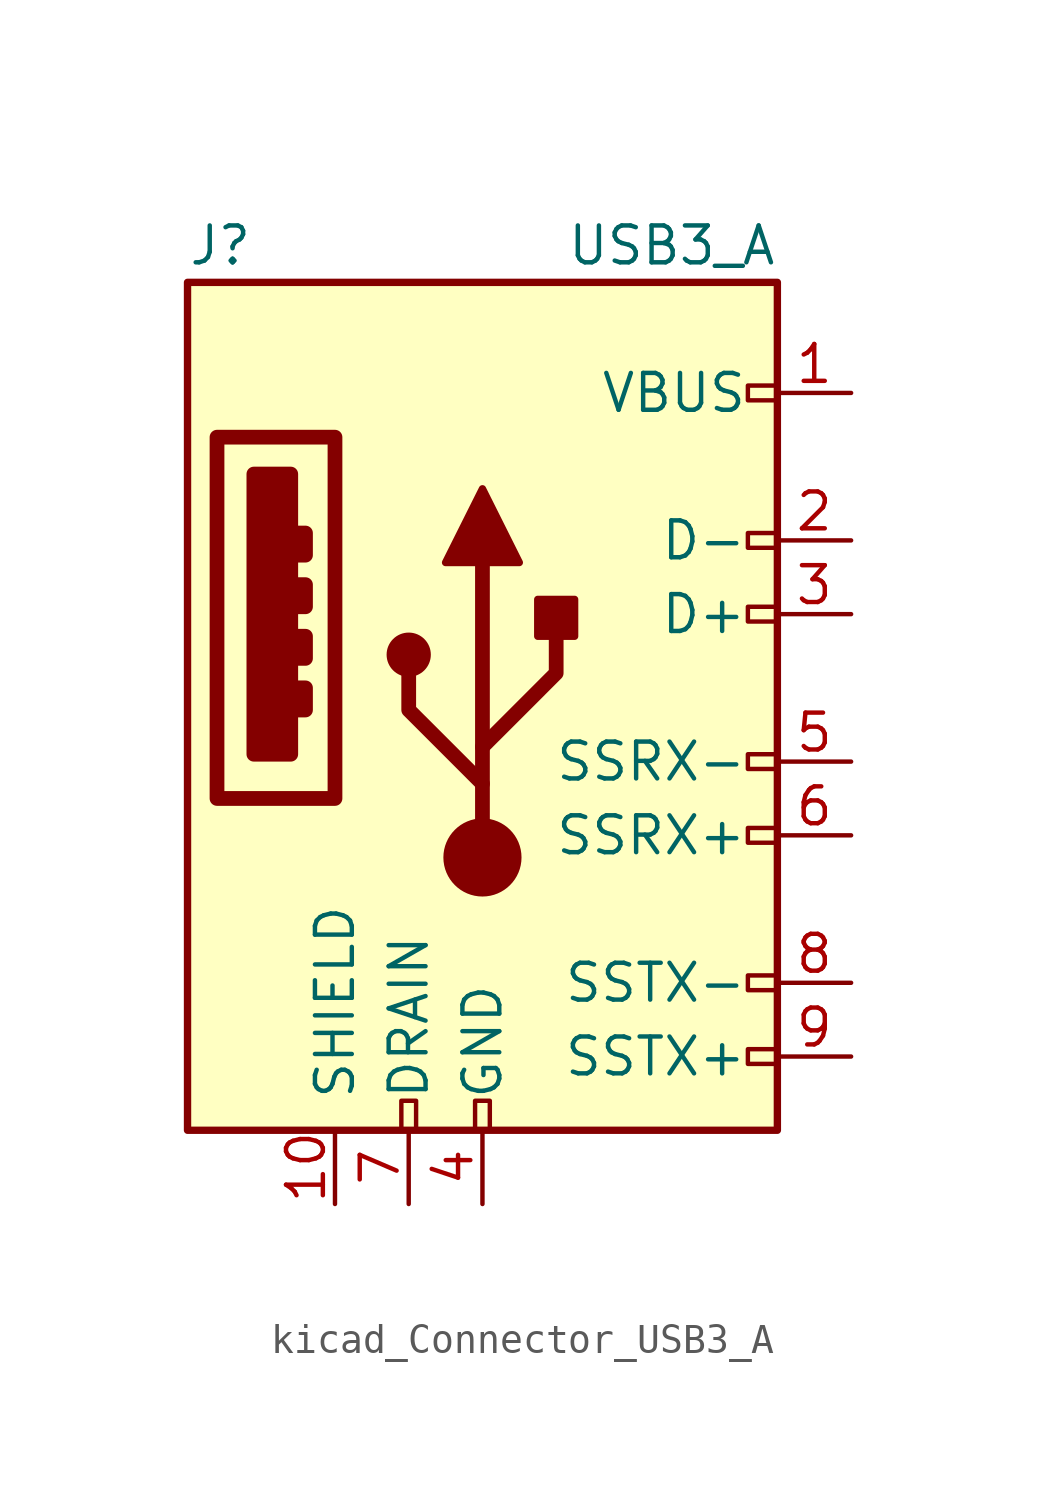
<source format=kicad_sym>
(kicad_symbol_lib
  (version 20220914)
  (generator kicad_symbol_editor)
  (symbol "kicad_Connector_USB3_A"
    (pin_names
      (offset 1.016))
    (property "Reference" "J"
      (at -10.16 15.24 0)
      (effects (font (size 1.27 1.27)) (justify left)))
    (property "Value" "USB3_A"
      (at 10.16 15.24 0)
      (effects (font (size 1.27 1.27)) (justify right)))
    (symbol "kicad_Connector_USB3_A_0_0"
      (rectangle (start -9.144 8.636) (end -5.08 -3.81) (stroke (width 0.508) (type default)) (fill (type none)))
      (rectangle (start -7.874 7.366) (end -6.604 -2.286) (stroke (width 0.508) (type default)) (fill (type outline)))
      (rectangle (start -6.35 0) (end -6.096 -0.762) (stroke (width 0.508) (type default)) (fill (type none)))
      (rectangle (start -6.35 1.778) (end -6.096 1.016) (stroke (width 0.508) (type default)) (fill (type none)))
      (rectangle (start -6.35 3.556) (end -6.096 2.794) (stroke (width 0.508) (type default)) (fill (type none)))
      (rectangle (start -6.35 5.334) (end -6.096 4.572) (stroke (width 0.508) (type default)) (fill (type none)))
      (rectangle (start -2.794 -15.24) (end -2.286 -14.224) (stroke (width 0) (type default)) (fill (type none)))
      (rectangle (start -0.254 -15.24) (end 0.254 -14.224) (stroke (width 0) (type default)) (fill (type none)))
      (rectangle (start 10.16 -12.446) (end 9.144 -12.954) (stroke (width 0) (type default)) (fill (type none)))
      (rectangle (start 10.16 -9.906) (end 9.144 -10.414) (stroke (width 0) (type default)) (fill (type none)))
      (rectangle (start 10.16 -4.826) (end 9.144 -5.334) (stroke (width 0) (type default)) (fill (type none)))
      (rectangle (start 10.16 -2.286) (end 9.144 -2.794) (stroke (width 0) (type default)) (fill (type none)))
      (rectangle (start 10.16 2.794) (end 9.144 2.286) (stroke (width 0) (type default)) (fill (type none)))
      (rectangle (start 10.16 5.334) (end 9.144 4.826) (stroke (width 0) (type default)) (fill (type none)))
      (rectangle (start 10.16 10.414) (end 9.144 9.906) (stroke (width 0) (type default)) (fill (type none))))
    (symbol "kicad_Connector_USB3_A_0_1"
      (rectangle (start -10.16 13.97) (end 10.16 -15.24) (stroke (width 0.254) (type default)) (fill (type background))))
    (symbol "kicad_Connector_USB3_A_1_1"
      (circle (center -2.54 1.143) (radius 0.635) (stroke (width 0.254) (type default)) (fill (type outline)))
      (circle (center 0 -5.842) (radius 1.27) (stroke (width 0) (type default)) (fill (type outline)))
      (polyline (pts (xy 0 -5.842) (xy 0 4.318)) (stroke (width 0.508) (type default)) (fill (type none)))
      (polyline (pts (xy 0 -3.302) (xy -2.54 -0.762) (xy -2.54 0.508)) (stroke (width 0.508) (type default)) (fill (type none)))
      (polyline (pts (xy 0 -2.032) (xy 2.54 0.508) (xy 2.54 1.778)) (stroke (width 0.508) (type default)) (fill (type none)))
      (polyline (pts (xy -1.27 4.318) (xy 0 6.858) (xy 1.27 4.318) (xy -1.27 4.318)) (stroke (width 0.254) (type default)) (fill (type outline)))
      (rectangle (start 1.905 1.778) (end 3.175 3.048) (stroke (width 0.254) (type default)) (fill (type outline)))
      (pin power_in line (at 12.7 10.16 180) (length 2.54) (name "VBUS" (effects (font (size 1.27 1.27)))) (number "1" (effects (font (size 1.27 1.27)))))
      (pin passive line (at -5.08 -17.78 90) (length 2.54) (name "SHIELD" (effects (font (size 1.27 1.27)))) (number "10" (effects (font (size 1.27 1.27)))))
      (pin bidirectional line (at 12.7 5.08 180) (length 2.54) (name "D-" (effects (font (size 1.27 1.27)))) (number "2" (effects (font (size 1.27 1.27)))))
      (pin bidirectional line (at 12.7 2.54 180) (length 2.54) (name "D+" (effects (font (size 1.27 1.27)))) (number "3" (effects (font (size 1.27 1.27)))))
      (pin power_in line (at 0 -17.78 90) (length 2.54) (name "GND" (effects (font (size 1.27 1.27)))) (number "4" (effects (font (size 1.27 1.27)))))
      (pin output line (at 12.7 -2.54 180) (length 2.54) (name "SSRX-" (effects (font (size 1.27 1.27)))) (number "5" (effects (font (size 1.27 1.27)))))
      (pin output line (at 12.7 -5.08 180) (length 2.54) (name "SSRX+" (effects (font (size 1.27 1.27)))) (number "6" (effects (font (size 1.27 1.27)))))
      (pin passive line (at -2.54 -17.78 90) (length 2.54) (name "DRAIN" (effects (font (size 1.27 1.27)))) (number "7" (effects (font (size 1.27 1.27)))))
      (pin input line (at 12.7 -10.16 180) (length 2.54) (name "SSTX-" (effects (font (size 1.27 1.27)))) (number "8" (effects (font (size 1.27 1.27)))))
      (pin input line (at 12.7 -12.7 180) (length 2.54) (name "SSTX+" (effects (font (size 1.27 1.27)))) (number "9" (effects (font (size 1.27 1.27))))))))
</source>
